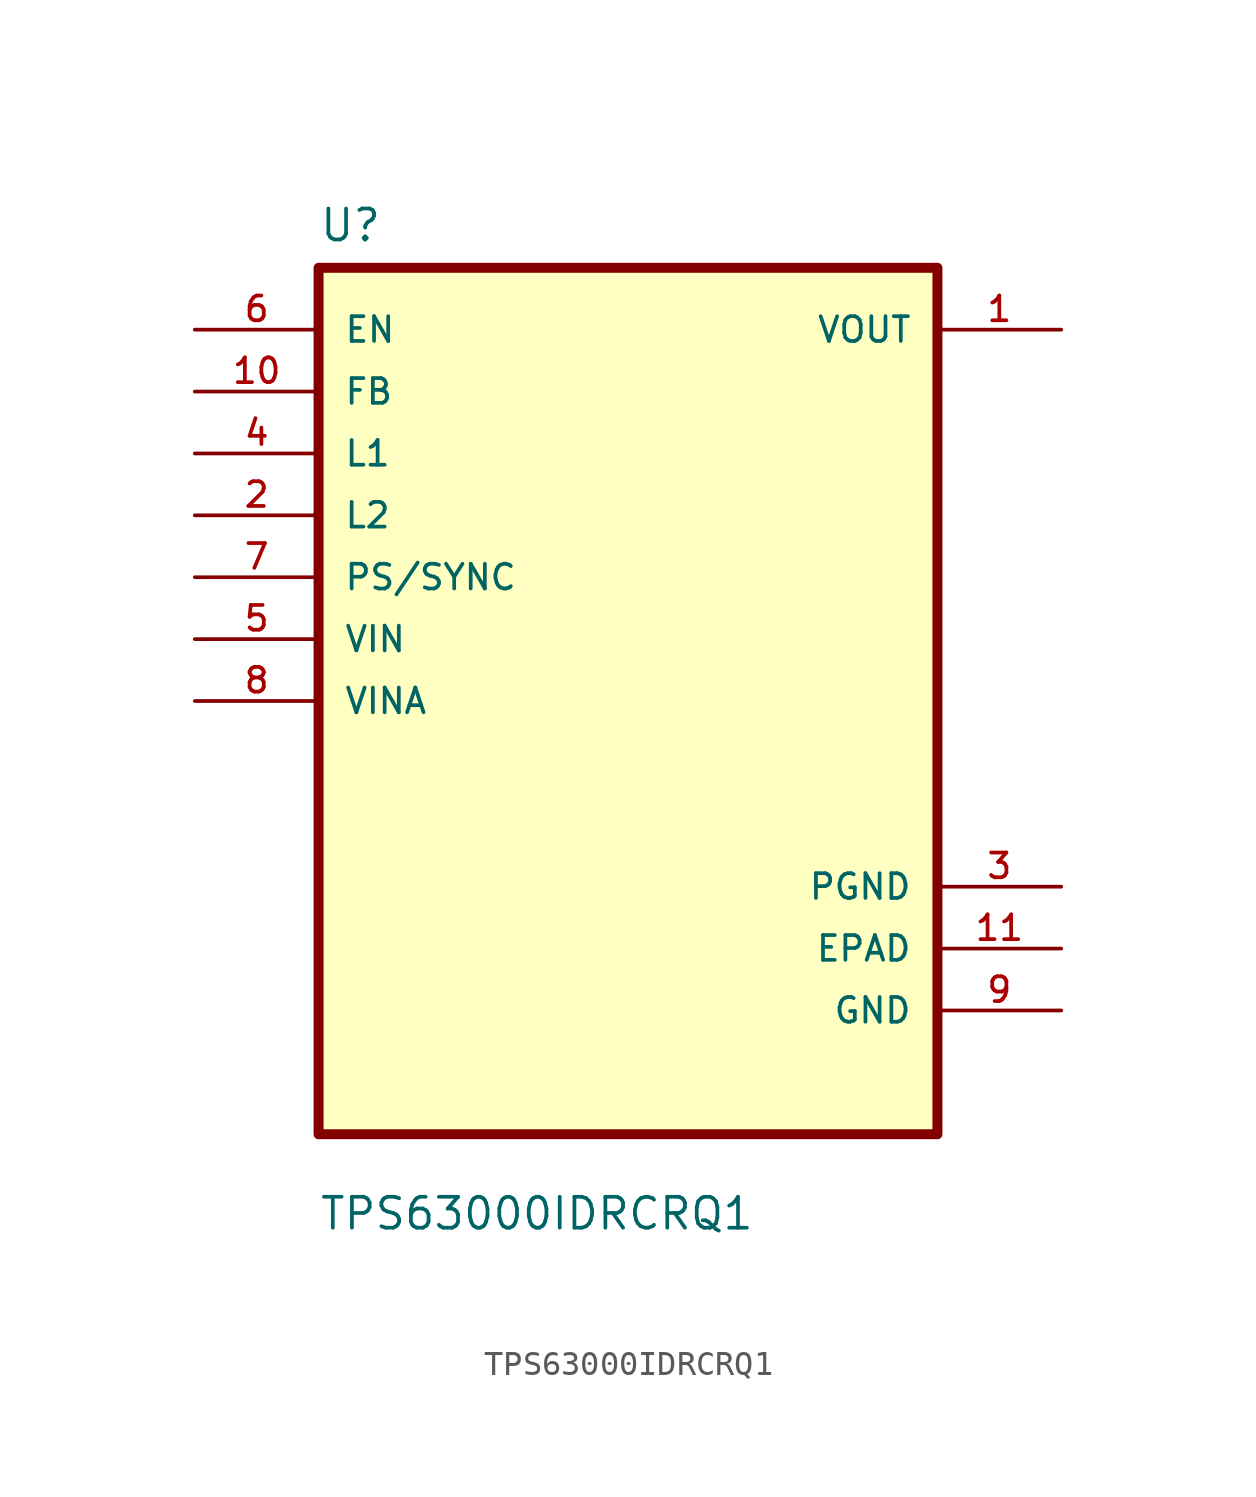
<source format=kicad_sym>
(kicad_symbol_lib
  (version 20211014)
  (generator kicad_symbol_editor)
  (symbol "TPS63000IDRCRQ1"
    (pin_names
      (offset 1.016))
    (property "Reference" "U"
      (at -12.7 18.78 0.0)
      (effects (font (size 1.27 1.27)) (justify bottom left)))
    (property "Value" "TPS63000IDRCRQ1"
      (at -12.7 -21.78 0.0)
      (effects (font (size 1.27 1.27)) (justify bottom left)))
    (symbol "TPS63000IDRCRQ1_0_0"
      (rectangle (start -12.7 -17.78) (end 12.7 17.78) (stroke (width 0.41)) (fill (type background)))
      (pin input line (at -17.78 15.24 0) (length 5.08) (name "EN" (effects (font (size 1.016 1.016)))) (number "6" (effects (font (size 1.016 1.016)))))
      (pin input line (at -17.78 12.7 0) (length 5.08) (name "FB" (effects (font (size 1.016 1.016)))) (number "10" (effects (font (size 1.016 1.016)))))
      (pin input line (at -17.78 10.16 0) (length 5.08) (name "L1" (effects (font (size 1.016 1.016)))) (number "4" (effects (font (size 1.016 1.016)))))
      (pin input line (at -17.78 7.62 0) (length 5.08) (name "L2" (effects (font (size 1.016 1.016)))) (number "2" (effects (font (size 1.016 1.016)))))
      (pin input line (at -17.78 5.08 0) (length 5.08) (name "PS/SYNC" (effects (font (size 1.016 1.016)))) (number "7" (effects (font (size 1.016 1.016)))))
      (pin input line (at -17.78 2.54 0) (length 5.08) (name "VIN" (effects (font (size 1.016 1.016)))) (number "5" (effects (font (size 1.016 1.016)))))
      (pin input line (at -17.78 3.55271e-15 0) (length 5.08) (name "VINA" (effects (font (size 1.016 1.016)))) (number "8" (effects (font (size 1.016 1.016)))))
      (pin output line (at 17.78 15.24 180.0) (length 5.08) (name "VOUT" (effects (font (size 1.016 1.016)))) (number "1" (effects (font (size 1.016 1.016)))))
      (pin power_in line (at 17.78 -7.62 180.0) (length 5.08) (name "PGND" (effects (font (size 1.016 1.016)))) (number "3" (effects (font (size 1.016 1.016)))))
      (pin power_in line (at 17.78 -10.16 180.0) (length 5.08) (name "EPAD" (effects (font (size 1.016 1.016)))) (number "11" (effects (font (size 1.016 1.016)))))
      (pin power_in line (at 17.78 -12.7 180.0) (length 5.08) (name "GND" (effects (font (size 1.016 1.016)))) (number "9" (effects (font (size 1.016 1.016))))))))
</source>
